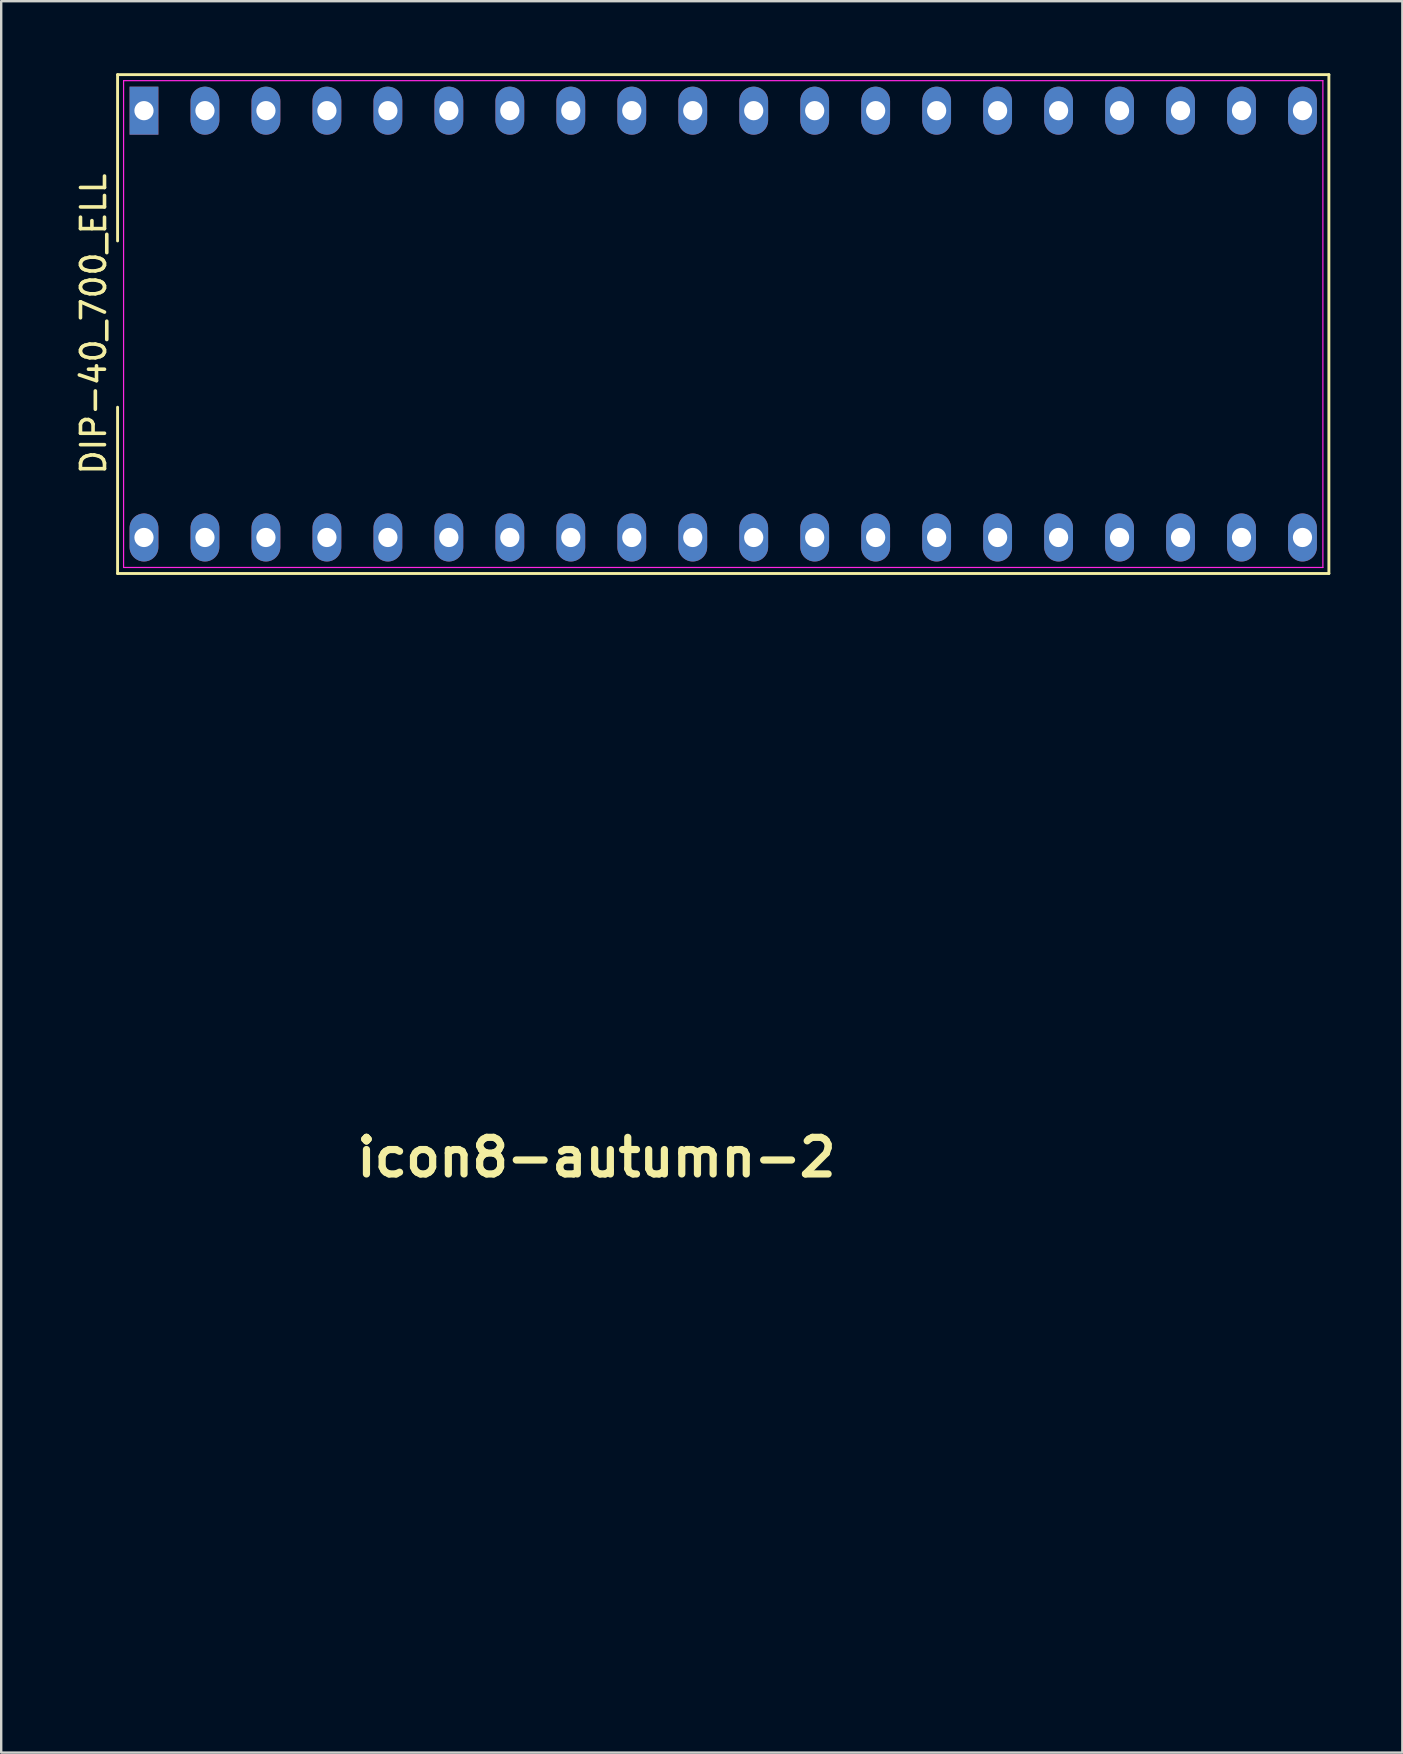
<source format=kicad_pcb>
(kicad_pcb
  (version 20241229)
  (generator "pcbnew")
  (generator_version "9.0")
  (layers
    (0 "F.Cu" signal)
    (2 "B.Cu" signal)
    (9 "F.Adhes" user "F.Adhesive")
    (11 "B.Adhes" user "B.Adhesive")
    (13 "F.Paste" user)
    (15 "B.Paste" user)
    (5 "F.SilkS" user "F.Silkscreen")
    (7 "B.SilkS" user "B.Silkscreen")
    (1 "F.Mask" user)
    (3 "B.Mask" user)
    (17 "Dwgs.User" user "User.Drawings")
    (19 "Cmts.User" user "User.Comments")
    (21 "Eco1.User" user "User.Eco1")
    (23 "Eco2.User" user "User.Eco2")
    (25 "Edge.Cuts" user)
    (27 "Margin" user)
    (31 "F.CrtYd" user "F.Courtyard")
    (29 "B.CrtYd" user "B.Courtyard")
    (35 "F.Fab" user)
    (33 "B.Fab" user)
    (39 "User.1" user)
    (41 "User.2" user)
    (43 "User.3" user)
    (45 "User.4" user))
  (footprint "DIP-40_700_ELL"
    (layer "F.Cu")
    (at 27.078 10.45)
    (property "Reference" "DIP-40_700_ELL" (at -26.23 0 90) (layer "F.SilkS") (effects (font (size 1 1) (thickness 0.15))))
    (attr through_hole)
    (fp_line (start -25.23 -10.39) (end -25.23 -3.463) (stroke (width 0.12) (type solid)) (layer "F.SilkS"))
    (fp_line (start -25.23 3.463) (end -25.23 10.39) (stroke (width 0.12) (type solid)) (layer "F.SilkS"))
    (fp_line (start -25.23 10.39) (end 25.23 10.39) (stroke (width 0.12) (type solid)) (layer "F.SilkS"))
    (fp_line (start 25.23 -10.39) (end -25.23 -10.39) (stroke (width 0.12) (type solid)) (layer "F.SilkS"))
    (fp_line (start 25.23 10.39) (end 25.23 -10.39) (stroke (width 0.12) (type solid)) (layer "F.SilkS"))
    (fp_line (start -24.98 -10.14) (end 24.98 -10.14) (stroke (width 0.05) (type solid)) (layer "F.CrtYd"))
    (fp_line (start -24.98 10.14) (end -24.98 -10.14) (stroke (width 0.05) (type solid)) (layer "F.CrtYd"))
    (fp_line (start 24.98 -10.14) (end 24.98 10.14) (stroke (width 0.05) (type solid)) (layer "F.CrtYd"))
    (fp_line (start 24.98 10.14) (end -24.98 10.14) (stroke (width 0.05) (type solid)) (layer "F.CrtYd"))
    (pad "1" thru_hole oval (at -24.13 8.89) (size 1.2 2) (drill 0.8) (layers "*.Cu" "*.Mask"))
    (pad "2" thru_hole oval (at -21.59 8.89) (size 1.2 2) (drill 0.8) (layers "*.Cu" "*.Mask"))
    (pad "3" thru_hole oval (at -19.05 8.89) (size 1.2 2) (drill 0.8) (layers "*.Cu" "*.Mask"))
    (pad "4" thru_hole oval (at -16.51 8.89) (size 1.2 2) (drill 0.8) (layers "*.Cu" "*.Mask"))
    (pad "5" thru_hole oval (at -13.97 8.89) (size 1.2 2) (drill 0.8) (layers "*.Cu" "*.Mask"))
    (pad "6" thru_hole oval (at -11.43 8.89) (size 1.2 2) (drill 0.8) (layers "*.Cu" "*.Mask"))
    (pad "7" thru_hole oval (at -8.89 8.89) (size 1.2 2) (drill 0.8) (layers "*.Cu" "*.Mask"))
    (pad "8" thru_hole oval (at -6.35 8.89) (size 1.2 2) (drill 0.8) (layers "*.Cu" "*.Mask"))
    (pad "9" thru_hole oval (at -3.81 8.89) (size 1.2 2) (drill 0.8) (layers "*.Cu" "*.Mask"))
    (pad "10" thru_hole oval (at -1.27 8.89) (size 1.2 2) (drill 0.8) (layers "*.Cu" "*.Mask"))
    (pad "11" thru_hole oval (at 1.27 8.89) (size 1.2 2) (drill 0.8) (layers "*.Cu" "*.Mask"))
    (pad "12" thru_hole oval (at 3.81 8.89) (size 1.2 2) (drill 0.8) (layers "*.Cu" "*.Mask"))
    (pad "13" thru_hole oval (at 6.35 8.89) (size 1.2 2) (drill 0.8) (layers "*.Cu" "*.Mask"))
    (pad "14" thru_hole oval (at 8.89 8.89) (size 1.2 2) (drill 0.8) (layers "*.Cu" "*.Mask"))
    (pad "15" thru_hole oval (at 11.43 8.89) (size 1.2 2) (drill 0.8) (layers "*.Cu" "*.Mask"))
    (pad "16" thru_hole oval (at 13.97 8.89) (size 1.2 2) (drill 0.8) (layers "*.Cu" "*.Mask"))
    (pad "17" thru_hole oval (at 16.51 8.89) (size 1.2 2) (drill 0.8) (layers "*.Cu" "*.Mask"))
    (pad "18" thru_hole oval (at 19.05 8.89) (size 1.2 2) (drill 0.8) (layers "*.Cu" "*.Mask"))
    (pad "19" thru_hole oval (at 21.59 8.89) (size 1.2 2) (drill 0.8) (layers "*.Cu" "*.Mask"))
    (pad "20" thru_hole oval (at 24.13 8.89) (size 1.2 2) (drill 0.8) (layers "*.Cu" "*.Mask"))
    (pad "21" thru_hole oval (at 24.13 -8.89) (size 1.2 2) (drill 0.8) (layers "*.Cu" "*.Mask"))
    (pad "22" thru_hole oval (at 21.59 -8.89) (size 1.2 2) (drill 0.8) (layers "*.Cu" "*.Mask"))
    (pad "23" thru_hole oval (at 19.05 -8.89) (size 1.2 2) (drill 0.8) (layers "*.Cu" "*.Mask"))
    (pad "24" thru_hole oval (at 16.51 -8.89) (size 1.2 2) (drill 0.8) (layers "*.Cu" "*.Mask"))
    (pad "25" thru_hole oval (at 13.97 -8.89) (size 1.2 2) (drill 0.8) (layers "*.Cu" "*.Mask"))
    (pad "26" thru_hole oval (at 11.43 -8.89) (size 1.2 2) (drill 0.8) (layers "*.Cu" "*.Mask"))
    (pad "27" thru_hole oval (at 8.89 -8.89) (size 1.2 2) (drill 0.8) (layers "*.Cu" "*.Mask"))
    (pad "28" thru_hole oval (at 6.35 -8.89) (size 1.2 2) (drill 0.8) (layers "*.Cu" "*.Mask"))
    (pad "29" thru_hole oval (at 3.81 -8.89) (size 1.2 2) (drill 0.8) (layers "*.Cu" "*.Mask"))
    (pad "30" thru_hole oval (at 1.27 -8.89) (size 1.2 2) (drill 0.8) (layers "*.Cu" "*.Mask"))
    (pad "31" thru_hole oval (at -1.27 -8.89) (size 1.2 2) (drill 0.8) (layers "*.Cu" "*.Mask"))
    (pad "32" thru_hole oval (at -3.81 -8.89) (size 1.2 2) (drill 0.8) (layers "*.Cu" "*.Mask"))
    (pad "33" thru_hole oval (at -6.35 -8.89) (size 1.2 2) (drill 0.8) (layers "*.Cu" "*.Mask"))
    (pad "34" thru_hole oval (at -8.89 -8.89) (size 1.2 2) (drill 0.8) (layers "*.Cu" "*.Mask"))
    (pad "35" thru_hole oval (at -11.43 -8.89) (size 1.2 2) (drill 0.8) (layers "*.Cu" "*.Mask"))
    (pad "36" thru_hole oval (at -13.97 -8.89) (size 1.2 2) (drill 0.8) (layers "*.Cu" "*.Mask"))
    (pad "37" thru_hole oval (at -16.51 -8.89) (size 1.2 2) (drill 0.8) (layers "*.Cu" "*.Mask"))
    (pad "38" thru_hole oval (at -19.05 -8.89) (size 1.2 2) (drill 0.8) (layers "*.Cu" "*.Mask"))
    (pad "39" thru_hole oval (at -21.59 -8.89) (size 1.2 2) (drill 0.8) (layers "*.Cu" "*.Mask"))
    (pad "40" thru_hole rect (at -24.13 -8.89) (size 1.2 2) (drill 0.8) (layers "*.Cu" "*.Mask")))
  (footprint "icon8-autumn-2"
    (layer "F.Cu")
    (at 21.795 45.164)
    (property "Reference" "icon8-autumn-2" (at 0 0 0) (layer "F.SilkS") (effects (font (size 1.524 1.524) (thickness 0.3))))
    (attr through_hole)
    (fp_poly (pts (xy 6.693 -20.787) (xy 7.436 -19.575) (xy 7.924 -18.498) (xy 8.566 -16.923) (xy 9.037 -15.828) (xy 9.187 -15.527) (xy 9.76 -15.546) (xy 11.111 -15.796) (xy 12.954 -16.223) (xy 13.025 -16.24) (xy 14.897 -16.667) (xy 16.307 -16.907) (xy 16.957 -16.91) (xy 16.961 -16.906) (xy 16.96 -16.279) (xy 16.688 -14.928) (xy 16.34 -13.622) (xy 15.857 -11.855) (xy 15.538 -10.484) (xy 15.461 -9.962) (xy 15.927 -9.418) (xy 17.138 -8.652) (xy 18.498 -7.983) (xy 20.108 -7.19) (xy 21.209 -6.494) (xy 21.535 -6.113) (xy 21.086 -5.641) (xy 19.866 -4.758) (xy 18.07 -3.597) (xy 16.151 -2.442) (xy 13.721 -1.022) (xy 11.407 0.33) (xy 9.515 1.436) (xy 8.585 1.98) (xy 6.402 3.258) (xy 12.036 5.854) (xy 14.285 6.928) (xy 16.107 7.869) (xy 17.3 8.569) (xy 17.67 8.899) (xy 17.25 9.509) (xy 16.703 9.901) (xy 15.4 10.687) (xy 14.774 11.356) (xy 14.756 12.233) (xy 15.278 13.641) (xy 15.706 14.615) (xy 16.439 16.315) (xy 16.949 17.579) (xy 17.117 18.094) (xy 16.615 18.189) (xy 15.293 18.168) (xy 13.431 18.037) (xy 13.295 18.025) (xy 9.473 17.67) (xy 8.837 19.595) (xy 8.308 20.933) (xy 7.829 21.737) (xy 7.765 21.79) (xy 7.252 21.507) (xy 6.21 20.532) (xy 4.803 19.028) (xy 3.611 17.656) (xy 2.044 15.863) (xy 0.722 14.471) (xy -0.191 13.647) (xy -0.507 13.5) (xy -0.915 14.137) (xy -1.456 15.436) (xy -1.65 15.993) (xy -2.389 17.89) (xy -3.108 18.728) (xy -3.97 18.534) (xy -5.141 17.336) (xy -5.678 16.652) (xy -7.299 14.567) (xy -8.462 13.277) (xy -9.366 12.688) (xy -10.212 12.707) (xy -11.198 13.243) (xy -11.909 13.75) (xy -13.896 14.954) (xy -16.002 15.833) (xy -17.885 16.271) (xy -19.12 16.186) (xy -19.852 15.511) (xy -19.746 14.586) (xy -18.936 13.686) (xy -17.603 13.095) (xy -15.847 12.412) (xy -14.071 11.331) (xy -13.773 11.095) (xy -11.941 9.566) (xy -15.589 6.58) (xy -17.476 4.963) (xy -18.476 3.828) (xy -18.601 3.018) (xy -17.866 2.377) (xy -16.281 1.746) (xy -15.993 1.65) (xy -14.553 1.106) (xy -13.63 0.628) (xy -13.5 0.507) (xy -13.792 0.009) (xy -14.774 -1.022) (xy -16.282 -2.421) (xy -17.656 -3.611) (xy -19.447 -5.182) (xy -20.833 -6.513) (xy -21.65 -7.438) (xy -21.79 -7.765) (xy -21.129 -8.213) (xy -19.853 -8.749) (xy -19.595 -8.837) (xy -17.67 -9.473) (xy -18.025 -13.295) (xy -18.156 -15.183) (xy -18.165 -16.549) (xy -18.053 -17.115) (xy -18.041 -17.117) (xy -17.394 -16.91) (xy -16.051 -16.37) (xy -14.542 -15.72) (xy -12.694 -14.97) (xy -11.597 -14.722) (xy -11.04 -14.936) (xy -10.975 -15.03) (xy -10.324 -16.012) (xy -9.711 -16.841) (xy -9.245 -17.37) (xy -8.831 -17.52) (xy -8.376 -17.167) (xy -7.786 -16.184) (xy -6.967 -14.448) (xy -5.824 -11.834) (xy -5.667 -11.47) (xy -4.745 -9.395) (xy -3.971 -7.768) (xy -3.453 -6.81) (xy -3.313 -6.649) (xy -2.956 -7.101) (xy -2.155 -8.348) (xy -1.011 -10.226) (xy 0.376 -12.57) (xy 1.179 -13.953) (xy 2.685 -16.485) (xy 4.049 -18.636) (xy 5.159 -20.24) (xy 5.903 -21.132) (xy 6.108 -21.259) (xy 6.693 -20.787)) (stroke (width 0.01) (type solid)) (fill yes) (layer "F.Mask")))
  (gr_rect
    (start -3 -3)
    (end 55.368 69.958)
    (stroke (width 0.1) (type default))
    (fill no)
    (layer "Edge.Cuts")))
</source>
